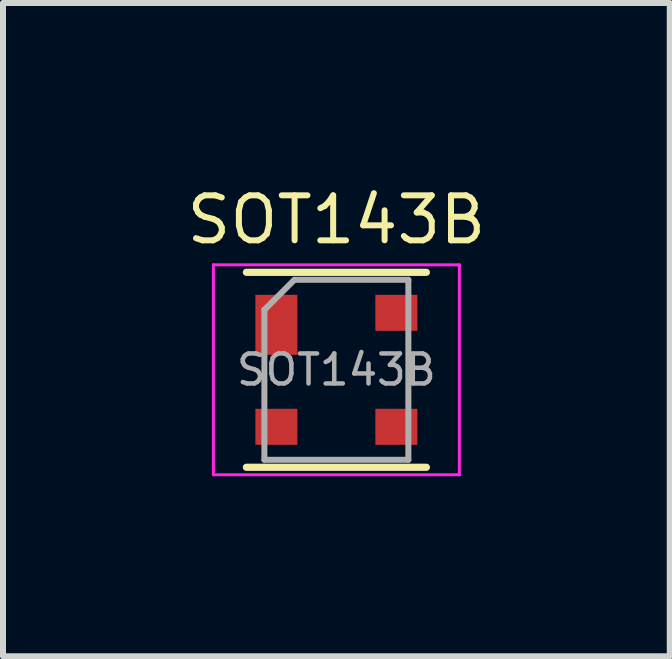
<source format=kicad_pcb>
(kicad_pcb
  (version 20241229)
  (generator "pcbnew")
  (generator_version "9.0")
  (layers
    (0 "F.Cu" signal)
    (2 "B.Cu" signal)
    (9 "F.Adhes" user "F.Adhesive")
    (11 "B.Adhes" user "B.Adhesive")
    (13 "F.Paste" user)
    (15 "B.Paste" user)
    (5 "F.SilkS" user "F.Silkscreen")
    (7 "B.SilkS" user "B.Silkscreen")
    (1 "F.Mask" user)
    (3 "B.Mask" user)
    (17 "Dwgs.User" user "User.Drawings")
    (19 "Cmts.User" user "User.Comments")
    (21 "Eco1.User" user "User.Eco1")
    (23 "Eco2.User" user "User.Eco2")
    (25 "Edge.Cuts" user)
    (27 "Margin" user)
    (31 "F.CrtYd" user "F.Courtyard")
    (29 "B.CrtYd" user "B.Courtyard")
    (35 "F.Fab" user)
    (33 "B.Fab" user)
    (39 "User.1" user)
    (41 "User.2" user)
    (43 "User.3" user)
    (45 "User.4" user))
  (footprint "SOT143B"
    (layer "F.Cu")
    (at 2.557 3.114)
    (property "Reference" "SOT143B" (at 0 -2.5 0) (layer "F.SilkS") (effects (font (size 0.75 0.75) (thickness 0.1))))
    (attr smd)
    (fp_line (start -1.5 1.625) (end 1.5 1.625) (stroke (width 0.12) (type solid)) (layer "F.SilkS"))
    (fp_line (start 1.5 -1.625) (end -1.5 -1.625) (stroke (width 0.12) (type solid)) (layer "F.SilkS"))
    (fp_line (start -2.05 1.75) (end -2.05 -1.75) (stroke (width 0.05) (type solid)) (layer "F.CrtYd"))
    (fp_line (start -2.05 1.75) (end 2.05 1.75) (stroke (width 0.05) (type solid)) (layer "F.CrtYd"))
    (fp_line (start 2.05 -1.75) (end -2.05 -1.75) (stroke (width 0.05) (type solid)) (layer "F.CrtYd"))
    (fp_line (start 2.05 -1.75) (end 2.05 1.75) (stroke (width 0.05) (type solid)) (layer "F.CrtYd"))
    (fp_line (start -1.2 -1) (end -0.7 -1.5) (stroke (width 0.1) (type solid)) (layer "F.Fab"))
    (fp_line (start -1.2 1.5) (end -1.2 -1) (stroke (width 0.1) (type solid)) (layer "F.Fab"))
    (fp_line (start -0.7 -1.5) (end 1.2 -1.5) (stroke (width 0.1) (type solid)) (layer "F.Fab"))
    (fp_line (start 1.2 -1.5) (end 1.2 1.5) (stroke (width 0.1) (type solid)) (layer "F.Fab"))
    (fp_line (start 1.2 1.5) (end -1.2 1.5) (stroke (width 0.1) (type solid)) (layer "F.Fab"))
    (fp_text user "${REFERENCE}" (at 0 0 180) (layer "F.Fab") (effects (font (size 0.5 0.5) (thickness 0.075))))
    (pad "1" smd rect (at -1 -0.75 270) (size 1 0.7) (layers "F.Cu" "F.Mask" "F.Paste"))
    (pad "2" smd rect (at -1 0.95 270) (size 0.6 0.7) (layers "F.Cu" "F.Mask" "F.Paste"))
    (pad "3" smd rect (at 1 0.95 270) (size 0.6 0.7) (layers "F.Cu" "F.Mask" "F.Paste"))
    (pad "4" smd rect (at 1 -0.95 270) (size 0.6 0.7) (layers "F.Cu" "F.Mask" "F.Paste")))
  (gr_rect
    (start -3 -3)
    (end 8.114 7.889)
    (stroke (width 0.1) (type default))
    (fill no)
    (layer "Edge.Cuts")))
</source>
